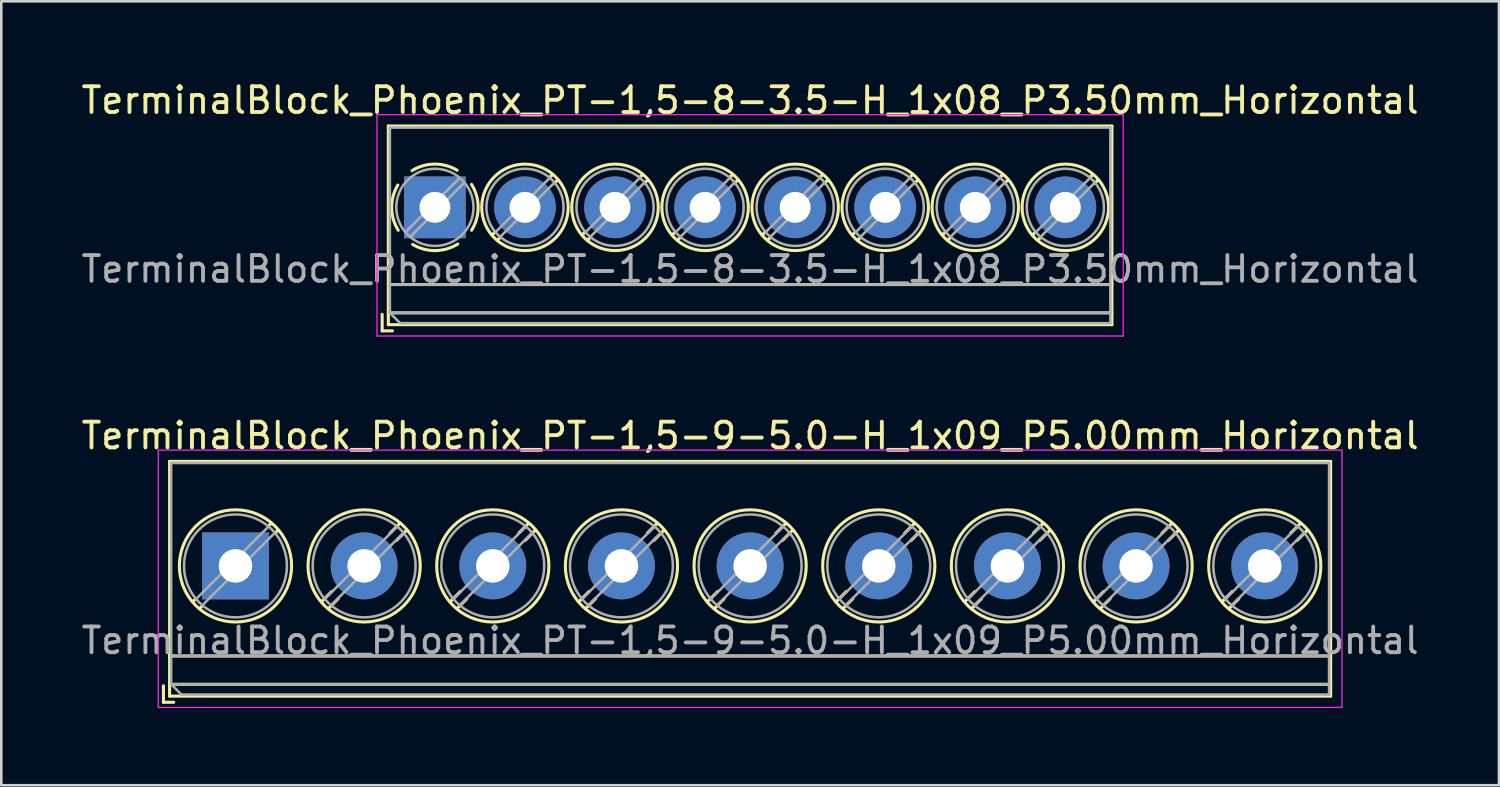
<source format=kicad_pcb>
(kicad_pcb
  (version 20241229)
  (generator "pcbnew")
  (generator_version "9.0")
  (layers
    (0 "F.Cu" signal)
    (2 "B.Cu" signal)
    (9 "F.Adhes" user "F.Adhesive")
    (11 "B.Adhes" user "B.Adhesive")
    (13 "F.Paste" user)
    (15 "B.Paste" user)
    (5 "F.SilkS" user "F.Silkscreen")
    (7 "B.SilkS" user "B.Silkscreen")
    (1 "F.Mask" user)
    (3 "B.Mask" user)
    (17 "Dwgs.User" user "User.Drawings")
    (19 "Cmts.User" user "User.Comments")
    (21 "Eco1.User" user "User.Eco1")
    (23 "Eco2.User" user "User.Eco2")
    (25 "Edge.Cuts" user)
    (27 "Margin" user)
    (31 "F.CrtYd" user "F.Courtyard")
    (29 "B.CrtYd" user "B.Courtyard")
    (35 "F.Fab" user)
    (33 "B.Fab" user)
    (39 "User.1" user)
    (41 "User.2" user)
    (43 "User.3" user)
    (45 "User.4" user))
  (footprint "TerminalBlock_Phoenix_PT-1,5-8-3.5-H_1x08_P3.50mm_Horizontal"
    (layer "F.Cu")
    (at 13.851 5.008)
    (property "Reference" "TerminalBlock_Phoenix_PT-1,5-8-3.5-H_1x08_P3.50mm_Horizontal" (at 12.25 -4.16 0) (layer "F.SilkS") (effects (font (size 1 1) (thickness 0.15))))
    (attr through_hole)
    (fp_line (start -2.05 4.16) (end -2.05 4.8) (stroke (width 0.12) (type solid)) (layer "F.SilkS"))
    (fp_line (start -2.05 4.8) (end -1.65 4.8) (stroke (width 0.12) (type solid)) (layer "F.SilkS"))
    (fp_line (start -1.81 -3.16) (end -1.81 4.56) (stroke (width 0.12) (type solid)) (layer "F.SilkS"))
    (fp_line (start -1.81 -3.16) (end 26.31 -3.16) (stroke (width 0.12) (type solid)) (layer "F.SilkS"))
    (fp_line (start -1.81 3) (end 26.31 3) (stroke (width 0.12) (type solid)) (layer "F.SilkS"))
    (fp_line (start -1.81 4.1) (end 26.31 4.1) (stroke (width 0.12) (type solid)) (layer "F.SilkS"))
    (fp_line (start -1.81 4.56) (end 26.31 4.56) (stroke (width 0.12) (type solid)) (layer "F.SilkS"))
    (fp_line (start 2.355 0.941) (end 2.226 1.069) (stroke (width 0.12) (type solid)) (layer "F.SilkS"))
    (fp_line (start 2.525 1.181) (end 2.431 1.274) (stroke (width 0.12) (type solid)) (layer "F.SilkS"))
    (fp_line (start 4.57 -1.275) (end 4.476 -1.181) (stroke (width 0.12) (type solid)) (layer "F.SilkS"))
    (fp_line (start 4.775 -1.069) (end 4.646 -0.941) (stroke (width 0.12) (type solid)) (layer "F.SilkS"))
    (fp_line (start 5.855 0.941) (end 5.726 1.069) (stroke (width 0.12) (type solid)) (layer "F.SilkS"))
    (fp_line (start 6.025 1.181) (end 5.931 1.274) (stroke (width 0.12) (type solid)) (layer "F.SilkS"))
    (fp_line (start 8.07 -1.275) (end 7.976 -1.181) (stroke (width 0.12) (type solid)) (layer "F.SilkS"))
    (fp_line (start 8.275 -1.069) (end 8.146 -0.941) (stroke (width 0.12) (type solid)) (layer "F.SilkS"))
    (fp_line (start 9.355 0.941) (end 9.226 1.069) (stroke (width 0.12) (type solid)) (layer "F.SilkS"))
    (fp_line (start 9.525 1.181) (end 9.431 1.274) (stroke (width 0.12) (type solid)) (layer "F.SilkS"))
    (fp_line (start 11.57 -1.275) (end 11.476 -1.181) (stroke (width 0.12) (type solid)) (layer "F.SilkS"))
    (fp_line (start 11.775 -1.069) (end 11.646 -0.941) (stroke (width 0.12) (type solid)) (layer "F.SilkS"))
    (fp_line (start 12.855 0.941) (end 12.726 1.069) (stroke (width 0.12) (type solid)) (layer "F.SilkS"))
    (fp_line (start 13.025 1.181) (end 12.931 1.274) (stroke (width 0.12) (type solid)) (layer "F.SilkS"))
    (fp_line (start 15.07 -1.275) (end 14.976 -1.181) (stroke (width 0.12) (type solid)) (layer "F.SilkS"))
    (fp_line (start 15.275 -1.069) (end 15.146 -0.941) (stroke (width 0.12) (type solid)) (layer "F.SilkS"))
    (fp_line (start 16.355 0.941) (end 16.226 1.069) (stroke (width 0.12) (type solid)) (layer "F.SilkS"))
    (fp_line (start 16.525 1.181) (end 16.431 1.274) (stroke (width 0.12) (type solid)) (layer "F.SilkS"))
    (fp_line (start 18.57 -1.275) (end 18.476 -1.181) (stroke (width 0.12) (type solid)) (layer "F.SilkS"))
    (fp_line (start 18.775 -1.069) (end 18.646 -0.941) (stroke (width 0.12) (type solid)) (layer "F.SilkS"))
    (fp_line (start 19.855 0.941) (end 19.726 1.069) (stroke (width 0.12) (type solid)) (layer "F.SilkS"))
    (fp_line (start 20.025 1.181) (end 19.931 1.274) (stroke (width 0.12) (type solid)) (layer "F.SilkS"))
    (fp_line (start 22.07 -1.275) (end 21.976 -1.181) (stroke (width 0.12) (type solid)) (layer "F.SilkS"))
    (fp_line (start 22.275 -1.069) (end 22.146 -0.941) (stroke (width 0.12) (type solid)) (layer "F.SilkS"))
    (fp_line (start 23.355 0.941) (end 23.226 1.069) (stroke (width 0.12) (type solid)) (layer "F.SilkS"))
    (fp_line (start 23.525 1.181) (end 23.431 1.274) (stroke (width 0.12) (type solid)) (layer "F.SilkS"))
    (fp_line (start 25.57 -1.275) (end 25.476 -1.181) (stroke (width 0.12) (type solid)) (layer "F.SilkS"))
    (fp_line (start 25.775 -1.069) (end 25.646 -0.941) (stroke (width 0.12) (type solid)) (layer "F.SilkS"))
    (fp_line (start 26.31 -3.16) (end 26.31 4.56) (stroke (width 0.12) (type solid)) (layer "F.SilkS"))
    (fp_arc (start -1.425358 0.889894) (mid -1.680286 0.014012) (end -1.44 -0.866) (stroke (width 0.12) (type solid)) (layer "F.SilkS"))
    (fp_arc (start -0.889894 -1.425358) (mid -0.014012 -1.680286) (end 0.866 -1.44) (stroke (width 0.12) (type solid)) (layer "F.SilkS"))
    (fp_arc (start 0.028674 1.680099) (mid -0.435535 1.622918) (end -0.866 1.44) (stroke (width 0.12) (type solid)) (layer "F.SilkS"))
    (fp_arc (start 0.890264 1.424721) (mid 0.463071 1.61492) (end 0 1.68) (stroke (width 0.12) (type solid)) (layer "F.SilkS"))
    (fp_arc (start 1.425504 -0.890193) (mid 1.680626 0.000476) (end 1.425 0.891) (stroke (width 0.12) (type solid)) (layer "F.SilkS"))
    (fp_circle (center 3.5 0) (end 5.18 0) (stroke (width 0.12) (type solid)) (fill no) (layer "F.SilkS"))
    (fp_circle (center 7 0) (end 8.68 0) (stroke (width 0.12) (type solid)) (fill no) (layer "F.SilkS"))
    (fp_circle (center 10.5 0) (end 12.18 0) (stroke (width 0.12) (type solid)) (fill no) (layer "F.SilkS"))
    (fp_circle (center 14 0) (end 15.68 0) (stroke (width 0.12) (type solid)) (fill no) (layer "F.SilkS"))
    (fp_circle (center 17.5 0) (end 19.18 0) (stroke (width 0.12) (type solid)) (fill no) (layer "F.SilkS"))
    (fp_circle (center 21 0) (end 22.68 0) (stroke (width 0.12) (type solid)) (fill no) (layer "F.SilkS"))
    (fp_circle (center 24.5 0) (end 26.18 0) (stroke (width 0.12) (type solid)) (fill no) (layer "F.SilkS"))
    (fp_line (start -2.25 -3.6) (end -2.25 5) (stroke (width 0.05) (type solid)) (layer "F.CrtYd"))
    (fp_line (start -2.25 5) (end 26.75 5) (stroke (width 0.05) (type solid)) (layer "F.CrtYd"))
    (fp_line (start 26.75 -3.6) (end -2.25 -3.6) (stroke (width 0.05) (type solid)) (layer "F.CrtYd"))
    (fp_line (start 26.75 5) (end 26.75 -3.6) (stroke (width 0.05) (type solid)) (layer "F.CrtYd"))
    (fp_line (start -1.75 -3.1) (end 26.25 -3.1) (stroke (width 0.1) (type solid)) (layer "F.Fab"))
    (fp_line (start -1.75 3) (end 26.25 3) (stroke (width 0.1) (type solid)) (layer "F.Fab"))
    (fp_line (start -1.75 4.1) (end -1.75 -3.1) (stroke (width 0.1) (type solid)) (layer "F.Fab"))
    (fp_line (start -1.75 4.1) (end 26.25 4.1) (stroke (width 0.1) (type solid)) (layer "F.Fab"))
    (fp_line (start -1.35 4.5) (end -1.75 4.1) (stroke (width 0.1) (type solid)) (layer "F.Fab"))
    (fp_line (start 0.955 -1.138) (end -1.138 0.955) (stroke (width 0.1) (type solid)) (layer "F.Fab"))
    (fp_line (start 1.138 -0.955) (end -0.955 1.138) (stroke (width 0.1) (type solid)) (layer "F.Fab"))
    (fp_line (start 4.455 -1.138) (end 2.363 0.955) (stroke (width 0.1) (type solid)) (layer "F.Fab"))
    (fp_line (start 4.638 -0.955) (end 2.546 1.138) (stroke (width 0.1) (type solid)) (layer "F.Fab"))
    (fp_line (start 7.955 -1.138) (end 5.863 0.955) (stroke (width 0.1) (type solid)) (layer "F.Fab"))
    (fp_line (start 8.138 -0.955) (end 6.046 1.138) (stroke (width 0.1) (type solid)) (layer "F.Fab"))
    (fp_line (start 11.455 -1.138) (end 9.363 0.955) (stroke (width 0.1) (type solid)) (layer "F.Fab"))
    (fp_line (start 11.638 -0.955) (end 9.546 1.138) (stroke (width 0.1) (type solid)) (layer "F.Fab"))
    (fp_line (start 14.955 -1.138) (end 12.863 0.955) (stroke (width 0.1) (type solid)) (layer "F.Fab"))
    (fp_line (start 15.138 -0.955) (end 13.046 1.138) (stroke (width 0.1) (type solid)) (layer "F.Fab"))
    (fp_line (start 18.455 -1.138) (end 16.363 0.955) (stroke (width 0.1) (type solid)) (layer "F.Fab"))
    (fp_line (start 18.638 -0.955) (end 16.546 1.138) (stroke (width 0.1) (type solid)) (layer "F.Fab"))
    (fp_line (start 21.955 -1.138) (end 19.863 0.955) (stroke (width 0.1) (type solid)) (layer "F.Fab"))
    (fp_line (start 22.138 -0.955) (end 20.046 1.138) (stroke (width 0.1) (type solid)) (layer "F.Fab"))
    (fp_line (start 25.455 -1.138) (end 23.363 0.955) (stroke (width 0.1) (type solid)) (layer "F.Fab"))
    (fp_line (start 25.638 -0.955) (end 23.546 1.138) (stroke (width 0.1) (type solid)) (layer "F.Fab"))
    (fp_line (start 26.25 -3.1) (end 26.25 4.5) (stroke (width 0.1) (type solid)) (layer "F.Fab"))
    (fp_line (start 26.25 4.5) (end -1.35 4.5) (stroke (width 0.1) (type solid)) (layer "F.Fab"))
    (fp_circle (center 0 0) (end 1.5 0) (stroke (width 0.1) (type solid)) (fill no) (layer "F.Fab"))
    (fp_circle (center 3.5 0) (end 5 0) (stroke (width 0.1) (type solid)) (fill no) (layer "F.Fab"))
    (fp_circle (center 7 0) (end 8.5 0) (stroke (width 0.1) (type solid)) (fill no) (layer "F.Fab"))
    (fp_circle (center 10.5 0) (end 12 0) (stroke (width 0.1) (type solid)) (fill no) (layer "F.Fab"))
    (fp_circle (center 14 0) (end 15.5 0) (stroke (width 0.1) (type solid)) (fill no) (layer "F.Fab"))
    (fp_circle (center 17.5 0) (end 19 0) (stroke (width 0.1) (type solid)) (fill no) (layer "F.Fab"))
    (fp_circle (center 21 0) (end 22.5 0) (stroke (width 0.1) (type solid)) (fill no) (layer "F.Fab"))
    (fp_circle (center 24.5 0) (end 26 0) (stroke (width 0.1) (type solid)) (fill no) (layer "F.Fab"))
    (fp_text user "${REFERENCE}" (at 12.25 2.4 0) (layer "F.Fab") (effects (font (size 1 1) (thickness 0.15))))
    (pad "1" thru_hole rect (at 0 0) (size 2.4 2.4) (drill 1.2) (layers "*.Cu" "*.Mask"))
    (pad "2" thru_hole circle (at 3.5 0) (size 2.4 2.4) (drill 1.2) (layers "*.Cu" "*.Mask"))
    (pad "3" thru_hole circle (at 7 0) (size 2.4 2.4) (drill 1.2) (layers "*.Cu" "*.Mask"))
    (pad "4" thru_hole circle (at 10.5 0) (size 2.4 2.4) (drill 1.2) (layers "*.Cu" "*.Mask"))
    (pad "5" thru_hole circle (at 14 0) (size 2.4 2.4) (drill 1.2) (layers "*.Cu" "*.Mask"))
    (pad "6" thru_hole circle (at 17.5 0) (size 2.4 2.4) (drill 1.2) (layers "*.Cu" "*.Mask"))
    (pad "7" thru_hole circle (at 21 0) (size 2.4 2.4) (drill 1.2) (layers "*.Cu" "*.Mask"))
    (pad "8" thru_hole circle (at 24.5 0) (size 2.4 2.4) (drill 1.2) (layers "*.Cu" "*.Mask")))
  (footprint "TerminalBlock_Phoenix_PT-1,5-9-5.0-H_1x09_P5.00mm_Horizontal"
    (layer "F.Cu")
    (at 6.101 18.942)
    (property "Reference" "TerminalBlock_Phoenix_PT-1,5-9-5.0-H_1x09_P5.00mm_Horizontal" (at 20 -5.06 0) (layer "F.SilkS") (effects (font (size 1 1) (thickness 0.15))))
    (attr through_hole)
    (fp_line (start -2.8 4.66) (end -2.8 5.3) (stroke (width 0.12) (type solid)) (layer "F.SilkS"))
    (fp_line (start -2.8 5.3) (end -2.4 5.3) (stroke (width 0.12) (type solid)) (layer "F.SilkS"))
    (fp_line (start -2.56 -4.06) (end -2.56 5.06) (stroke (width 0.12) (type solid)) (layer "F.SilkS"))
    (fp_line (start -2.56 -4.06) (end 42.56 -4.06) (stroke (width 0.12) (type solid)) (layer "F.SilkS"))
    (fp_line (start -2.56 3.5) (end 42.56 3.5) (stroke (width 0.12) (type solid)) (layer "F.SilkS"))
    (fp_line (start -2.56 4.6) (end 42.56 4.6) (stroke (width 0.12) (type solid)) (layer "F.SilkS"))
    (fp_line (start -2.56 5.06) (end 42.56 5.06) (stroke (width 0.12) (type solid)) (layer "F.SilkS"))
    (fp_line (start -1.548 1.281) (end -1.654 1.388) (stroke (width 0.12) (type solid)) (layer "F.SilkS"))
    (fp_line (start -1.282 1.547) (end -1.388 1.654) (stroke (width 0.12) (type solid)) (layer "F.SilkS"))
    (fp_line (start 1.388 -1.654) (end 1.281 -1.547) (stroke (width 0.12) (type solid)) (layer "F.SilkS"))
    (fp_line (start 1.654 -1.388) (end 1.547 -1.281) (stroke (width 0.12) (type solid)) (layer "F.SilkS"))
    (fp_line (start 3.742 0.992) (end 3.347 1.388) (stroke (width 0.12) (type solid)) (layer "F.SilkS"))
    (fp_line (start 3.993 1.274) (end 3.613 1.654) (stroke (width 0.12) (type solid)) (layer "F.SilkS"))
    (fp_line (start 6.388 -1.654) (end 6.008 -1.274) (stroke (width 0.12) (type solid)) (layer "F.SilkS"))
    (fp_line (start 6.654 -1.388) (end 6.259 -0.992) (stroke (width 0.12) (type solid)) (layer "F.SilkS"))
    (fp_line (start 8.742 0.992) (end 8.347 1.388) (stroke (width 0.12) (type solid)) (layer "F.SilkS"))
    (fp_line (start 8.993 1.274) (end 8.613 1.654) (stroke (width 0.12) (type solid)) (layer "F.SilkS"))
    (fp_line (start 11.388 -1.654) (end 11.008 -1.274) (stroke (width 0.12) (type solid)) (layer "F.SilkS"))
    (fp_line (start 11.654 -1.388) (end 11.259 -0.992) (stroke (width 0.12) (type solid)) (layer "F.SilkS"))
    (fp_line (start 13.742 0.992) (end 13.347 1.388) (stroke (width 0.12) (type solid)) (layer "F.SilkS"))
    (fp_line (start 13.993 1.274) (end 13.613 1.654) (stroke (width 0.12) (type solid)) (layer "F.SilkS"))
    (fp_line (start 16.388 -1.654) (end 16.008 -1.274) (stroke (width 0.12) (type solid)) (layer "F.SilkS"))
    (fp_line (start 16.654 -1.388) (end 16.259 -0.992) (stroke (width 0.12) (type solid)) (layer "F.SilkS"))
    (fp_line (start 18.742 0.992) (end 18.347 1.388) (stroke (width 0.12) (type solid)) (layer "F.SilkS"))
    (fp_line (start 18.993 1.274) (end 18.613 1.654) (stroke (width 0.12) (type solid)) (layer "F.SilkS"))
    (fp_line (start 21.388 -1.654) (end 21.008 -1.274) (stroke (width 0.12) (type solid)) (layer "F.SilkS"))
    (fp_line (start 21.654 -1.388) (end 21.259 -0.992) (stroke (width 0.12) (type solid)) (layer "F.SilkS"))
    (fp_line (start 23.742 0.992) (end 23.347 1.388) (stroke (width 0.12) (type solid)) (layer "F.SilkS"))
    (fp_line (start 23.993 1.274) (end 23.613 1.654) (stroke (width 0.12) (type solid)) (layer "F.SilkS"))
    (fp_line (start 26.388 -1.654) (end 26.008 -1.274) (stroke (width 0.12) (type solid)) (layer "F.SilkS"))
    (fp_line (start 26.654 -1.388) (end 26.259 -0.992) (stroke (width 0.12) (type solid)) (layer "F.SilkS"))
    (fp_line (start 28.742 0.992) (end 28.347 1.388) (stroke (width 0.12) (type solid)) (layer "F.SilkS"))
    (fp_line (start 28.993 1.274) (end 28.613 1.654) (stroke (width 0.12) (type solid)) (layer "F.SilkS"))
    (fp_line (start 31.388 -1.654) (end 31.008 -1.274) (stroke (width 0.12) (type solid)) (layer "F.SilkS"))
    (fp_line (start 31.654 -1.388) (end 31.259 -0.992) (stroke (width 0.12) (type solid)) (layer "F.SilkS"))
    (fp_line (start 33.742 0.992) (end 33.347 1.388) (stroke (width 0.12) (type solid)) (layer "F.SilkS"))
    (fp_line (start 33.993 1.274) (end 33.613 1.654) (stroke (width 0.12) (type solid)) (layer "F.SilkS"))
    (fp_line (start 36.388 -1.654) (end 36.008 -1.274) (stroke (width 0.12) (type solid)) (layer "F.SilkS"))
    (fp_line (start 36.654 -1.388) (end 36.259 -0.992) (stroke (width 0.12) (type solid)) (layer "F.SilkS"))
    (fp_line (start 38.742 0.992) (end 38.347 1.388) (stroke (width 0.12) (type solid)) (layer "F.SilkS"))
    (fp_line (start 38.993 1.274) (end 38.613 1.654) (stroke (width 0.12) (type solid)) (layer "F.SilkS"))
    (fp_line (start 41.388 -1.654) (end 41.008 -1.274) (stroke (width 0.12) (type solid)) (layer "F.SilkS"))
    (fp_line (start 41.654 -1.388) (end 41.259 -0.992) (stroke (width 0.12) (type solid)) (layer "F.SilkS"))
    (fp_line (start 42.56 -4.06) (end 42.56 5.06) (stroke (width 0.12) (type solid)) (layer "F.SilkS"))
    (fp_circle (center 0 0) (end 2.18 0) (stroke (width 0.12) (type solid)) (fill no) (layer "F.SilkS"))
    (fp_circle (center 5 0) (end 7.18 0) (stroke (width 0.12) (type solid)) (fill no) (layer "F.SilkS"))
    (fp_circle (center 10 0) (end 12.18 0) (stroke (width 0.12) (type solid)) (fill no) (layer "F.SilkS"))
    (fp_circle (center 15 0) (end 17.18 0) (stroke (width 0.12) (type solid)) (fill no) (layer "F.SilkS"))
    (fp_circle (center 20 0) (end 22.18 0) (stroke (width 0.12) (type solid)) (fill no) (layer "F.SilkS"))
    (fp_circle (center 25 0) (end 27.18 0) (stroke (width 0.12) (type solid)) (fill no) (layer "F.SilkS"))
    (fp_circle (center 30 0) (end 32.18 0) (stroke (width 0.12) (type solid)) (fill no) (layer "F.SilkS"))
    (fp_circle (center 35 0) (end 37.18 0) (stroke (width 0.12) (type solid)) (fill no) (layer "F.SilkS"))
    (fp_circle (center 40 0) (end 42.18 0) (stroke (width 0.12) (type solid)) (fill no) (layer "F.SilkS"))
    (fp_line (start -3 -4.5) (end -3 5.5) (stroke (width 0.05) (type solid)) (layer "F.CrtYd"))
    (fp_line (start -3 5.5) (end 43 5.5) (stroke (width 0.05) (type solid)) (layer "F.CrtYd"))
    (fp_line (start 43 -4.5) (end -3 -4.5) (stroke (width 0.05) (type solid)) (layer "F.CrtYd"))
    (fp_line (start 43 5.5) (end 43 -4.5) (stroke (width 0.05) (type solid)) (layer "F.CrtYd"))
    (fp_line (start -2.5 -4) (end 42.5 -4) (stroke (width 0.1) (type solid)) (layer "F.Fab"))
    (fp_line (start -2.5 3.5) (end 42.5 3.5) (stroke (width 0.1) (type solid)) (layer "F.Fab"))
    (fp_line (start -2.5 4.6) (end -2.5 -4) (stroke (width 0.1) (type solid)) (layer "F.Fab"))
    (fp_line (start -2.5 4.6) (end 42.5 4.6) (stroke (width 0.1) (type solid)) (layer "F.Fab"))
    (fp_line (start -2.1 5) (end -2.5 4.6) (stroke (width 0.1) (type solid)) (layer "F.Fab"))
    (fp_line (start 1.273 -1.517) (end -1.517 1.273) (stroke (width 0.1) (type solid)) (layer "F.Fab"))
    (fp_line (start 1.517 -1.273) (end -1.273 1.517) (stroke (width 0.1) (type solid)) (layer "F.Fab"))
    (fp_line (start 6.273 -1.517) (end 3.484 1.273) (stroke (width 0.1) (type solid)) (layer "F.Fab"))
    (fp_line (start 6.517 -1.273) (end 3.728 1.517) (stroke (width 0.1) (type solid)) (layer "F.Fab"))
    (fp_line (start 11.273 -1.517) (end 8.484 1.273) (stroke (width 0.1) (type solid)) (layer "F.Fab"))
    (fp_line (start 11.517 -1.273) (end 8.728 1.517) (stroke (width 0.1) (type solid)) (layer "F.Fab"))
    (fp_line (start 16.273 -1.517) (end 13.484 1.273) (stroke (width 0.1) (type solid)) (layer "F.Fab"))
    (fp_line (start 16.517 -1.273) (end 13.728 1.517) (stroke (width 0.1) (type solid)) (layer "F.Fab"))
    (fp_line (start 21.273 -1.517) (end 18.484 1.273) (stroke (width 0.1) (type solid)) (layer "F.Fab"))
    (fp_line (start 21.517 -1.273) (end 18.728 1.517) (stroke (width 0.1) (type solid)) (layer "F.Fab"))
    (fp_line (start 26.273 -1.517) (end 23.484 1.273) (stroke (width 0.1) (type solid)) (layer "F.Fab"))
    (fp_line (start 26.517 -1.273) (end 23.728 1.517) (stroke (width 0.1) (type solid)) (layer "F.Fab"))
    (fp_line (start 31.273 -1.517) (end 28.484 1.273) (stroke (width 0.1) (type solid)) (layer "F.Fab"))
    (fp_line (start 31.517 -1.273) (end 28.728 1.517) (stroke (width 0.1) (type solid)) (layer "F.Fab"))
    (fp_line (start 36.273 -1.517) (end 33.484 1.273) (stroke (width 0.1) (type solid)) (layer "F.Fab"))
    (fp_line (start 36.517 -1.273) (end 33.728 1.517) (stroke (width 0.1) (type solid)) (layer "F.Fab"))
    (fp_line (start 41.273 -1.517) (end 38.484 1.273) (stroke (width 0.1) (type solid)) (layer "F.Fab"))
    (fp_line (start 41.517 -1.273) (end 38.728 1.517) (stroke (width 0.1) (type solid)) (layer "F.Fab"))
    (fp_line (start 42.5 -4) (end 42.5 5) (stroke (width 0.1) (type solid)) (layer "F.Fab"))
    (fp_line (start 42.5 5) (end -2.1 5) (stroke (width 0.1) (type solid)) (layer "F.Fab"))
    (fp_circle (center 0 0) (end 2 0) (stroke (width 0.1) (type solid)) (fill no) (layer "F.Fab"))
    (fp_circle (center 5 0) (end 7 0) (stroke (width 0.1) (type solid)) (fill no) (layer "F.Fab"))
    (fp_circle (center 10 0) (end 12 0) (stroke (width 0.1) (type solid)) (fill no) (layer "F.Fab"))
    (fp_circle (center 15 0) (end 17 0) (stroke (width 0.1) (type solid)) (fill no) (layer "F.Fab"))
    (fp_circle (center 20 0) (end 22 0) (stroke (width 0.1) (type solid)) (fill no) (layer "F.Fab"))
    (fp_circle (center 25 0) (end 27 0) (stroke (width 0.1) (type solid)) (fill no) (layer "F.Fab"))
    (fp_circle (center 30 0) (end 32 0) (stroke (width 0.1) (type solid)) (fill no) (layer "F.Fab"))
    (fp_circle (center 35 0) (end 37 0) (stroke (width 0.1) (type solid)) (fill no) (layer "F.Fab"))
    (fp_circle (center 40 0) (end 42 0) (stroke (width 0.1) (type solid)) (fill no) (layer "F.Fab"))
    (fp_text user "${REFERENCE}" (at 20 2.9 0) (layer "F.Fab") (effects (font (size 1 1) (thickness 0.15))))
    (pad "1" thru_hole rect (at 0 0) (size 2.6 2.6) (drill 1.3) (layers "*.Cu" "*.Mask"))
    (pad "2" thru_hole circle (at 5 0) (size 2.6 2.6) (drill 1.3) (layers "*.Cu" "*.Mask"))
    (pad "3" thru_hole circle (at 10 0) (size 2.6 2.6) (drill 1.3) (layers "*.Cu" "*.Mask"))
    (pad "4" thru_hole circle (at 15 0) (size 2.6 2.6) (drill 1.3) (layers "*.Cu" "*.Mask"))
    (pad "5" thru_hole circle (at 20 0) (size 2.6 2.6) (drill 1.3) (layers "*.Cu" "*.Mask"))
    (pad "6" thru_hole circle (at 25 0) (size 2.6 2.6) (drill 1.3) (layers "*.Cu" "*.Mask"))
    (pad "7" thru_hole circle (at 30 0) (size 2.6 2.6) (drill 1.3) (layers "*.Cu" "*.Mask"))
    (pad "8" thru_hole circle (at 35 0) (size 2.6 2.6) (drill 1.3) (layers "*.Cu" "*.Mask"))
    (pad "9" thru_hole circle (at 40 0) (size 2.6 2.6) (drill 1.3) (layers "*.Cu" "*.Mask")))
  (gr_rect
    (start -3 -3)
    (end 55.202 27.466)
    (stroke (width 0.1) (type default))
    (fill no)
    (layer "Edge.Cuts")))
</source>
